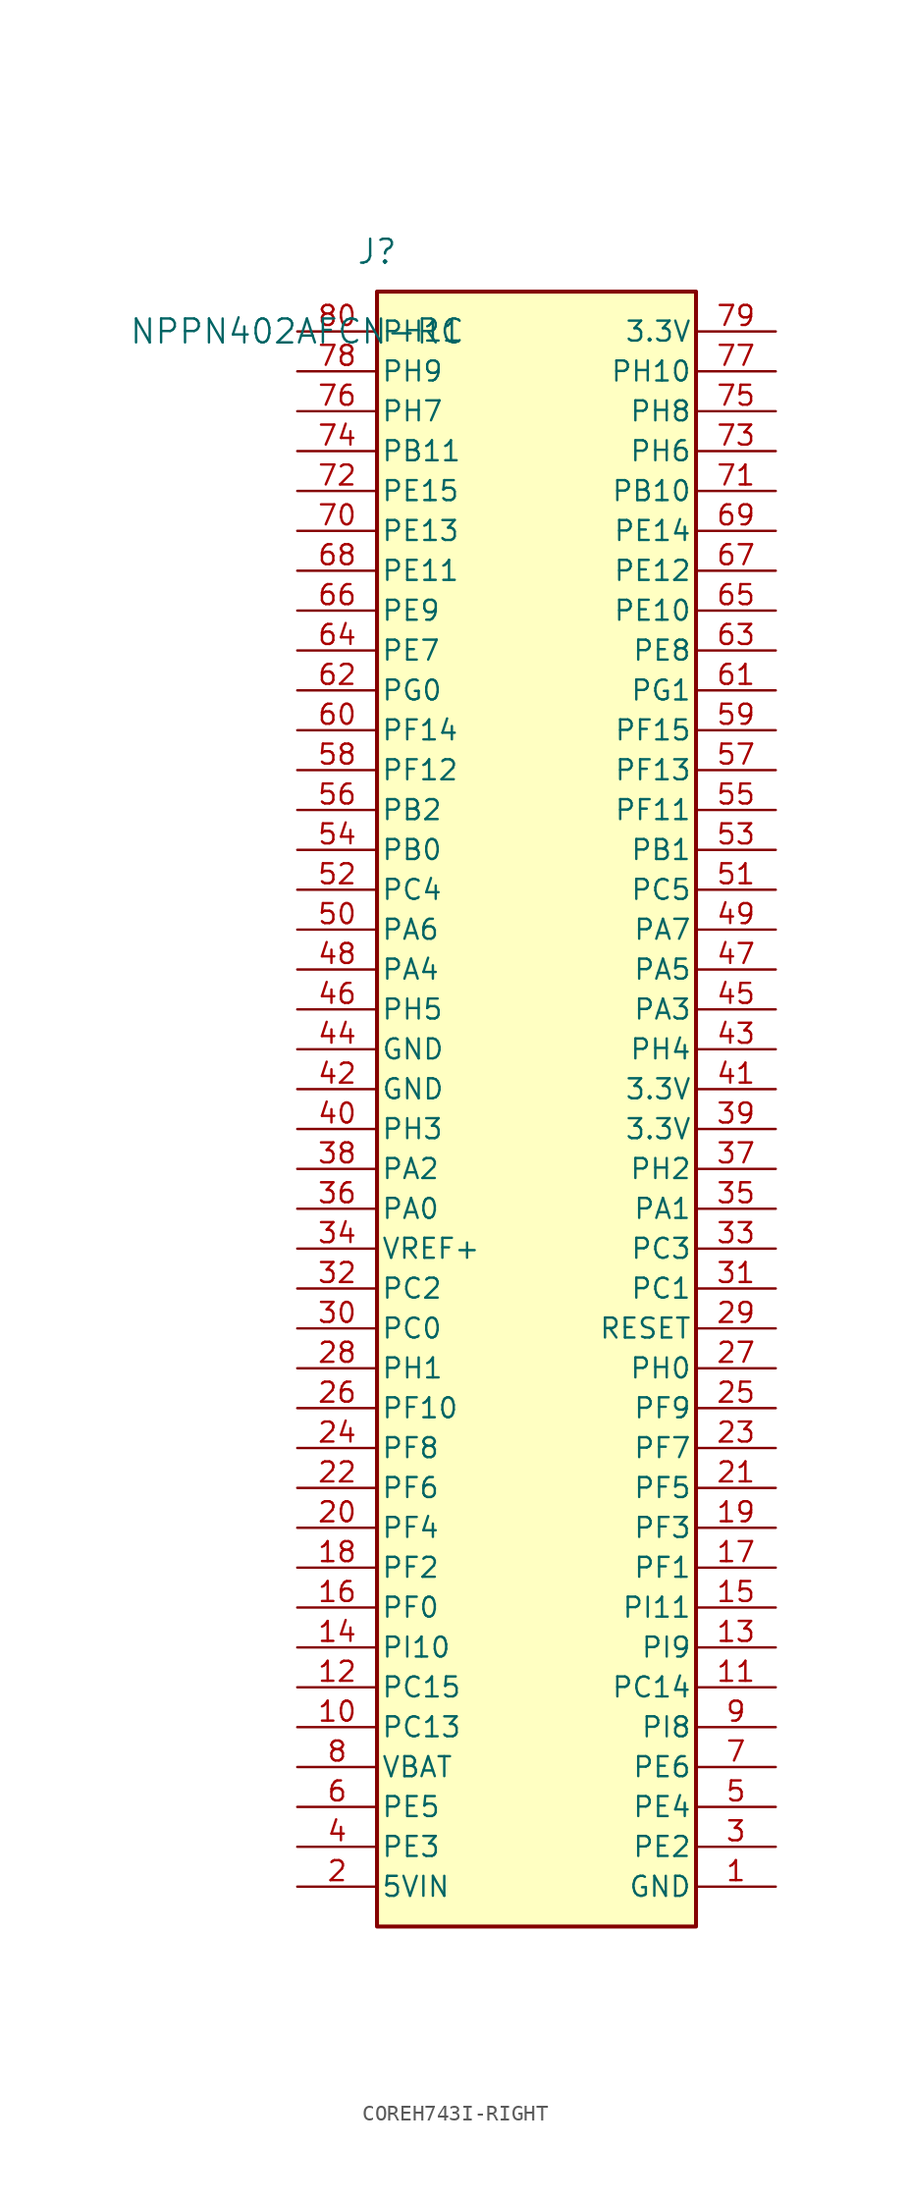
<source format=kicad_sym>
(kicad_symbol_lib
  (version 20211014)
  (generator kicad_symbol_editor)
  (symbol "COREH743I-RIGHT"
    (pin_names
      (offset 0.254))
    (property "Reference" "J"
      (at 5.08 5.08 0)
      (effects (font (size 1.524 1.524))))
    (property "Value" "NPPN402AFCN-RC"
      (at 0 0 0)
      (effects (font (size 1.524 1.524))))
    (symbol "COREH743I-RIGHT_1_1"
      (rectangle (start 5.08 2.54) (end 25.4 -101.6) (stroke (width 0.254) (type default)) (fill (type background)))
      (pin bidirectional line (at 0 0 0) (length 5.08) (name "PH11" (effects (font (size 1.27 1.27)))) (number "80" (effects (font (size 1.27 1.27)))))
      (pin bidirectional line (at 0 -2.54 0) (length 5.08) (name "PH9" (effects (font (size 1.27 1.27)))) (number "78" (effects (font (size 1.27 1.27)))))
      (pin bidirectional line (at 0 -5.08 0) (length 5.08) (name "PH7" (effects (font (size 1.27 1.27)))) (number "76" (effects (font (size 1.27 1.27)))))
      (pin bidirectional line (at 0 -7.62 0) (length 5.08) (name "PB11" (effects (font (size 1.27 1.27)))) (number "74" (effects (font (size 1.27 1.27)))))
      (pin bidirectional line (at 0 -10.16 0) (length 5.08) (name "PE15" (effects (font (size 1.27 1.27)))) (number "72" (effects (font (size 1.27 1.27)))))
      (pin bidirectional line (at 0 -12.7 0) (length 5.08) (name "PE13" (effects (font (size 1.27 1.27)))) (number "70" (effects (font (size 1.27 1.27)))))
      (pin bidirectional line (at 0 -15.24 0) (length 5.08) (name "PE11" (effects (font (size 1.27 1.27)))) (number "68" (effects (font (size 1.27 1.27)))))
      (pin bidirectional line (at 0 -17.78 0) (length 5.08) (name "PE9" (effects (font (size 1.27 1.27)))) (number "66" (effects (font (size 1.27 1.27)))))
      (pin bidirectional line (at 0 -20.32 0) (length 5.08) (name "PE7" (effects (font (size 1.27 1.27)))) (number "64" (effects (font (size 1.27 1.27)))))
      (pin bidirectional line (at 0 -22.86 0) (length 5.08) (name "PG0" (effects (font (size 1.27 1.27)))) (number "62" (effects (font (size 1.27 1.27)))))
      (pin bidirectional line (at 0 -25.4 0) (length 5.08) (name "PF14" (effects (font (size 1.27 1.27)))) (number "60" (effects (font (size 1.27 1.27)))))
      (pin bidirectional line (at 0 -27.94 0) (length 5.08) (name "PF12" (effects (font (size 1.27 1.27)))) (number "58" (effects (font (size 1.27 1.27)))))
      (pin bidirectional line (at 0 -30.48 0) (length 5.08) (name "PB2" (effects (font (size 1.27 1.27)))) (number "56" (effects (font (size 1.27 1.27)))))
      (pin bidirectional line (at 0 -33.02 0) (length 5.08) (name "PB0" (effects (font (size 1.27 1.27)))) (number "54" (effects (font (size 1.27 1.27)))))
      (pin bidirectional line (at 0 -35.56 0) (length 5.08) (name "PC4" (effects (font (size 1.27 1.27)))) (number "52" (effects (font (size 1.27 1.27)))))
      (pin bidirectional line (at 0 -38.1 0) (length 5.08) (name "PA6" (effects (font (size 1.27 1.27)))) (number "50" (effects (font (size 1.27 1.27)))))
      (pin bidirectional line (at 0 -40.64 0) (length 5.08) (name "PA4" (effects (font (size 1.27 1.27)))) (number "48" (effects (font (size 1.27 1.27)))))
      (pin bidirectional line (at 0 -43.18 0) (length 5.08) (name "PH5" (effects (font (size 1.27 1.27)))) (number "46" (effects (font (size 1.27 1.27)))))
      (pin power_in line (at 0 -45.72 0) (length 5.08) (name "GND" (effects (font (size 1.27 1.27)))) (number "44" (effects (font (size 1.27 1.27)))))
      (pin power_in line (at 0 -48.26 0) (length 5.08) (name "GND" (effects (font (size 1.27 1.27)))) (number "42" (effects (font (size 1.27 1.27)))))
      (pin bidirectional line (at 0 -50.8 0) (length 5.08) (name "PH3" (effects (font (size 1.27 1.27)))) (number "40" (effects (font (size 1.27 1.27)))))
      (pin bidirectional line (at 0 -53.34 0) (length 5.08) (name "PA2" (effects (font (size 1.27 1.27)))) (number "38" (effects (font (size 1.27 1.27)))))
      (pin bidirectional line (at 0 -55.88 0) (length 5.08) (name "PA0" (effects (font (size 1.27 1.27)))) (number "36" (effects (font (size 1.27 1.27)))))
      (pin bidirectional line (at 0 -58.42 0) (length 5.08) (name "VREF+" (effects (font (size 1.27 1.27)))) (number "34" (effects (font (size 1.27 1.27)))))
      (pin bidirectional line (at 0 -60.96 0) (length 5.08) (name "PC2" (effects (font (size 1.27 1.27)))) (number "32" (effects (font (size 1.27 1.27)))))
      (pin bidirectional line (at 0 -63.5 0) (length 5.08) (name "PC0" (effects (font (size 1.27 1.27)))) (number "30" (effects (font (size 1.27 1.27)))))
      (pin bidirectional line (at 0 -66.04 0) (length 5.08) (name "PH1" (effects (font (size 1.27 1.27)))) (number "28" (effects (font (size 1.27 1.27)))))
      (pin bidirectional line (at 0 -68.58 0) (length 5.08) (name "PF10" (effects (font (size 1.27 1.27)))) (number "26" (effects (font (size 1.27 1.27)))))
      (pin bidirectional line (at 0 -71.12 0) (length 5.08) (name "PF8" (effects (font (size 1.27 1.27)))) (number "24" (effects (font (size 1.27 1.27)))))
      (pin bidirectional line (at 0 -73.66 0) (length 5.08) (name "PF6" (effects (font (size 1.27 1.27)))) (number "22" (effects (font (size 1.27 1.27)))))
      (pin bidirectional line (at 0 -76.2 0) (length 5.08) (name "PF4" (effects (font (size 1.27 1.27)))) (number "20" (effects (font (size 1.27 1.27)))))
      (pin bidirectional line (at 0 -78.74 0) (length 5.08) (name "PF2" (effects (font (size 1.27 1.27)))) (number "18" (effects (font (size 1.27 1.27)))))
      (pin bidirectional line (at 0 -81.28 0) (length 5.08) (name "PF0" (effects (font (size 1.27 1.27)))) (number "16" (effects (font (size 1.27 1.27)))))
      (pin bidirectional line (at 0 -83.82 0) (length 5.08) (name "PI10" (effects (font (size 1.27 1.27)))) (number "14" (effects (font (size 1.27 1.27)))))
      (pin bidirectional line (at 0 -86.36 0) (length 5.08) (name "PC15" (effects (font (size 1.27 1.27)))) (number "12" (effects (font (size 1.27 1.27)))))
      (pin bidirectional line (at 0 -88.9 0) (length 5.08) (name "PC13" (effects (font (size 1.27 1.27)))) (number "10" (effects (font (size 1.27 1.27)))))
      (pin bidirectional line (at 0 -91.44 0) (length 5.08) (name "VBAT" (effects (font (size 1.27 1.27)))) (number "8" (effects (font (size 1.27 1.27)))))
      (pin bidirectional line (at 0 -93.98 0) (length 5.08) (name "PE5" (effects (font (size 1.27 1.27)))) (number "6" (effects (font (size 1.27 1.27)))))
      (pin bidirectional line (at 0 -96.52 0) (length 5.08) (name "PE3" (effects (font (size 1.27 1.27)))) (number "4" (effects (font (size 1.27 1.27)))))
      (pin power_in line (at 0 -99.06 0) (length 5.08) (name "5VIN" (effects (font (size 1.27 1.27)))) (number "2" (effects (font (size 1.27 1.27)))))
      (pin power_in line (at 30.48 0 180) (length 5.08) (name "3.3V" (effects (font (size 1.27 1.27)))) (number "79" (effects (font (size 1.27 1.27)))))
      (pin bidirectional line (at 30.48 -2.54 180) (length 5.08) (name "PH10" (effects (font (size 1.27 1.27)))) (number "77" (effects (font (size 1.27 1.27)))))
      (pin bidirectional line (at 30.48 -5.08 180) (length 5.08) (name "PH8" (effects (font (size 1.27 1.27)))) (number "75" (effects (font (size 1.27 1.27)))))
      (pin bidirectional line (at 30.48 -7.62 180) (length 5.08) (name "PH6" (effects (font (size 1.27 1.27)))) (number "73" (effects (font (size 1.27 1.27)))))
      (pin bidirectional line (at 30.48 -10.16 180) (length 5.08) (name "PB10" (effects (font (size 1.27 1.27)))) (number "71" (effects (font (size 1.27 1.27)))))
      (pin bidirectional line (at 30.48 -12.7 180) (length 5.08) (name "PE14" (effects (font (size 1.27 1.27)))) (number "69" (effects (font (size 1.27 1.27)))))
      (pin bidirectional line (at 30.48 -15.24 180) (length 5.08) (name "PE12" (effects (font (size 1.27 1.27)))) (number "67" (effects (font (size 1.27 1.27)))))
      (pin bidirectional line (at 30.48 -17.78 180) (length 5.08) (name "PE10" (effects (font (size 1.27 1.27)))) (number "65" (effects (font (size 1.27 1.27)))))
      (pin bidirectional line (at 30.48 -20.32 180) (length 5.08) (name "PE8" (effects (font (size 1.27 1.27)))) (number "63" (effects (font (size 1.27 1.27)))))
      (pin bidirectional line (at 30.48 -22.86 180) (length 5.08) (name "PG1" (effects (font (size 1.27 1.27)))) (number "61" (effects (font (size 1.27 1.27)))))
      (pin bidirectional line (at 30.48 -25.4 180) (length 5.08) (name "PF15" (effects (font (size 1.27 1.27)))) (number "59" (effects (font (size 1.27 1.27)))))
      (pin bidirectional line (at 30.48 -27.94 180) (length 5.08) (name "PF13" (effects (font (size 1.27 1.27)))) (number "57" (effects (font (size 1.27 1.27)))))
      (pin bidirectional line (at 30.48 -30.48 180) (length 5.08) (name "PF11" (effects (font (size 1.27 1.27)))) (number "55" (effects (font (size 1.27 1.27)))))
      (pin bidirectional line (at 30.48 -33.02 180) (length 5.08) (name "PB1" (effects (font (size 1.27 1.27)))) (number "53" (effects (font (size 1.27 1.27)))) (alternate "USART1_TX" bidirectional line))
      (pin bidirectional line (at 30.48 -35.56 180) (length 5.08) (name "PC5" (effects (font (size 1.27 1.27)))) (number "51" (effects (font (size 1.27 1.27)))) (alternate "OTG_FS_DM" bidirectional line))
      (pin bidirectional line (at 30.48 -38.1 180) (length 5.08) (name "PA7" (effects (font (size 1.27 1.27)))) (number "49" (effects (font (size 1.27 1.27)))))
      (pin bidirectional line (at 30.48 -40.64 180) (length 5.08) (name "PA5" (effects (font (size 1.27 1.27)))) (number "47" (effects (font (size 1.27 1.27)))))
      (pin bidirectional line (at 30.48 -43.18 180) (length 5.08) (name "PA3" (effects (font (size 1.27 1.27)))) (number "45" (effects (font (size 1.27 1.27)))))
      (pin bidirectional line (at 30.48 -45.72 180) (length 5.08) (name "PH4" (effects (font (size 1.27 1.27)))) (number "43" (effects (font (size 1.27 1.27)))))
      (pin power_in line (at 30.48 -48.26 180) (length 5.08) (name "3.3V" (effects (font (size 1.27 1.27)))) (number "41" (effects (font (size 1.27 1.27)))))
      (pin power_in line (at 30.48 -50.8 180) (length 5.08) (name "3.3V" (effects (font (size 1.27 1.27)))) (number "39" (effects (font (size 1.27 1.27)))))
      (pin bidirectional line (at 30.48 -53.34 180) (length 5.08) (name "PH2" (effects (font (size 1.27 1.27)))) (number "37" (effects (font (size 1.27 1.27)))))
      (pin bidirectional line (at 30.48 -55.88 180) (length 5.08) (name "PA1" (effects (font (size 1.27 1.27)))) (number "35" (effects (font (size 1.27 1.27)))))
      (pin bidirectional line (at 30.48 -58.42 180) (length 5.08) (name "PC3" (effects (font (size 1.27 1.27)))) (number "33" (effects (font (size 1.27 1.27)))))
      (pin bidirectional line (at 30.48 -60.96 180) (length 5.08) (name "PC1" (effects (font (size 1.27 1.27)))) (number "31" (effects (font (size 1.27 1.27)))))
      (pin bidirectional line (at 30.48 -63.5 180) (length 5.08) (name "RESET" (effects (font (size 1.27 1.27)))) (number "29" (effects (font (size 1.27 1.27)))))
      (pin bidirectional line (at 30.48 -66.04 180) (length 5.08) (name "PH0" (effects (font (size 1.27 1.27)))) (number "27" (effects (font (size 1.27 1.27)))))
      (pin bidirectional line (at 30.48 -68.58 180) (length 5.08) (name "PF9" (effects (font (size 1.27 1.27)))) (number "25" (effects (font (size 1.27 1.27)))))
      (pin bidirectional line (at 30.48 -71.12 180) (length 5.08) (name "PF7" (effects (font (size 1.27 1.27)))) (number "23" (effects (font (size 1.27 1.27)))))
      (pin bidirectional line (at 30.48 -73.66 180) (length 5.08) (name "PF5" (effects (font (size 1.27 1.27)))) (number "21" (effects (font (size 1.27 1.27)))))
      (pin bidirectional line (at 30.48 -76.2 180) (length 5.08) (name "PF3" (effects (font (size 1.27 1.27)))) (number "19" (effects (font (size 1.27 1.27)))))
      (pin bidirectional line (at 30.48 -78.74 180) (length 5.08) (name "PF1" (effects (font (size 1.27 1.27)))) (number "17" (effects (font (size 1.27 1.27)))))
      (pin bidirectional line (at 30.48 -81.28 180) (length 5.08) (name "PI11" (effects (font (size 1.27 1.27)))) (number "15" (effects (font (size 1.27 1.27)))))
      (pin bidirectional line (at 30.48 -83.82 180) (length 5.08) (name "PI9" (effects (font (size 1.27 1.27)))) (number "13" (effects (font (size 1.27 1.27)))))
      (pin bidirectional line (at 30.48 -86.36 180) (length 5.08) (name "PC14" (effects (font (size 1.27 1.27)))) (number "11" (effects (font (size 1.27 1.27)))))
      (pin bidirectional line (at 30.48 -88.9 180) (length 5.08) (name "PI8" (effects (font (size 1.27 1.27)))) (number "9" (effects (font (size 1.27 1.27)))))
      (pin bidirectional line (at 30.48 -91.44 180) (length 5.08) (name "PE6" (effects (font (size 1.27 1.27)))) (number "7" (effects (font (size 1.27 1.27)))))
      (pin bidirectional line (at 30.48 -93.98 180) (length 5.08) (name "PE4" (effects (font (size 1.27 1.27)))) (number "5" (effects (font (size 1.27 1.27)))))
      (pin bidirectional line (at 30.48 -96.52 180) (length 5.08) (name "PE2" (effects (font (size 1.27 1.27)))) (number "3" (effects (font (size 1.27 1.27)))))
      (pin power_in line (at 30.48 -99.06 180) (length 5.08) (name "GND" (effects (font (size 1.27 1.27)))) (number "1" (effects (font (size 1.27 1.27))))))))
</source>
